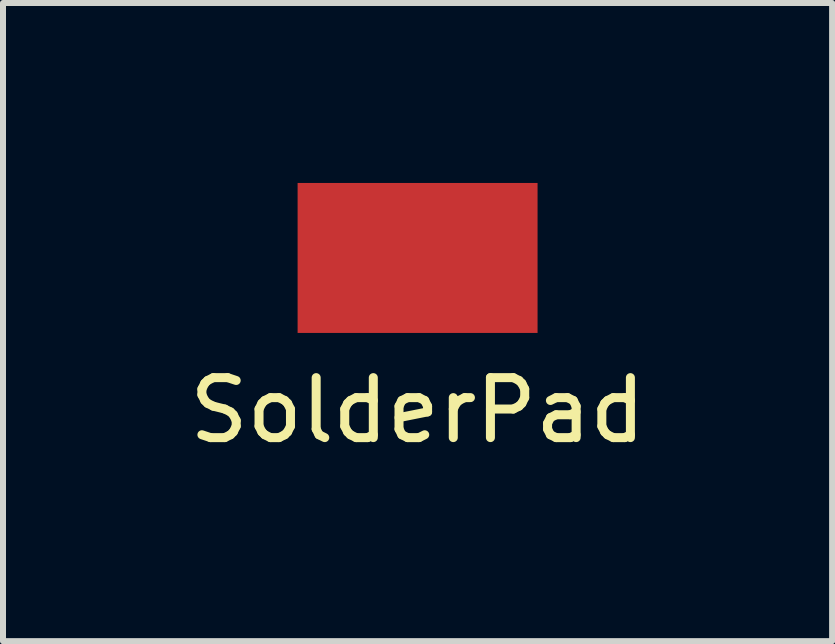
<source format=kicad_pcb>
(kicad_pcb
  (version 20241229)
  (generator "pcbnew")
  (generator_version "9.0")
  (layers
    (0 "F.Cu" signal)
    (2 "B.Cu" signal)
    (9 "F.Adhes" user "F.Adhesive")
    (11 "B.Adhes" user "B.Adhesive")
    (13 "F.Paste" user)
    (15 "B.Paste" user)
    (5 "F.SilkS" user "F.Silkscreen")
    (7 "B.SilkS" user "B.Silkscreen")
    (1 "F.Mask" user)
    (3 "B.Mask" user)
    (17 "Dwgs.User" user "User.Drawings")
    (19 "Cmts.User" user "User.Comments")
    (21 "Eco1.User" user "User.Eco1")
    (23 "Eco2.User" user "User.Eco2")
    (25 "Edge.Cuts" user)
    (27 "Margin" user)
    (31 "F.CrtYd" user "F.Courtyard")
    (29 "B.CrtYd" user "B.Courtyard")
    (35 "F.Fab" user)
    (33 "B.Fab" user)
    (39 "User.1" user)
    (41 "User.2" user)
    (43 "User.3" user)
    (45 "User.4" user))
  (footprint "SolderPad"
    (layer "F.Cu")
    (at 3.911 1.25)
    (property "Reference" "SolderPad" (at 0 2.54 0) (layer "F.SilkS") (effects (font (size 1 1) (thickness 0.15))))
    (attr through_hole)
    (pad "1" smd rect (at 0 0) (size 4 2.5) (layers "F.Cu" "F.Mask" "F.Paste")))
  (gr_rect
    (start -3 -3)
    (end 10.821 7.638)
    (stroke (width 0.1) (type default))
    (fill no)
    (layer "Edge.Cuts")))
</source>
